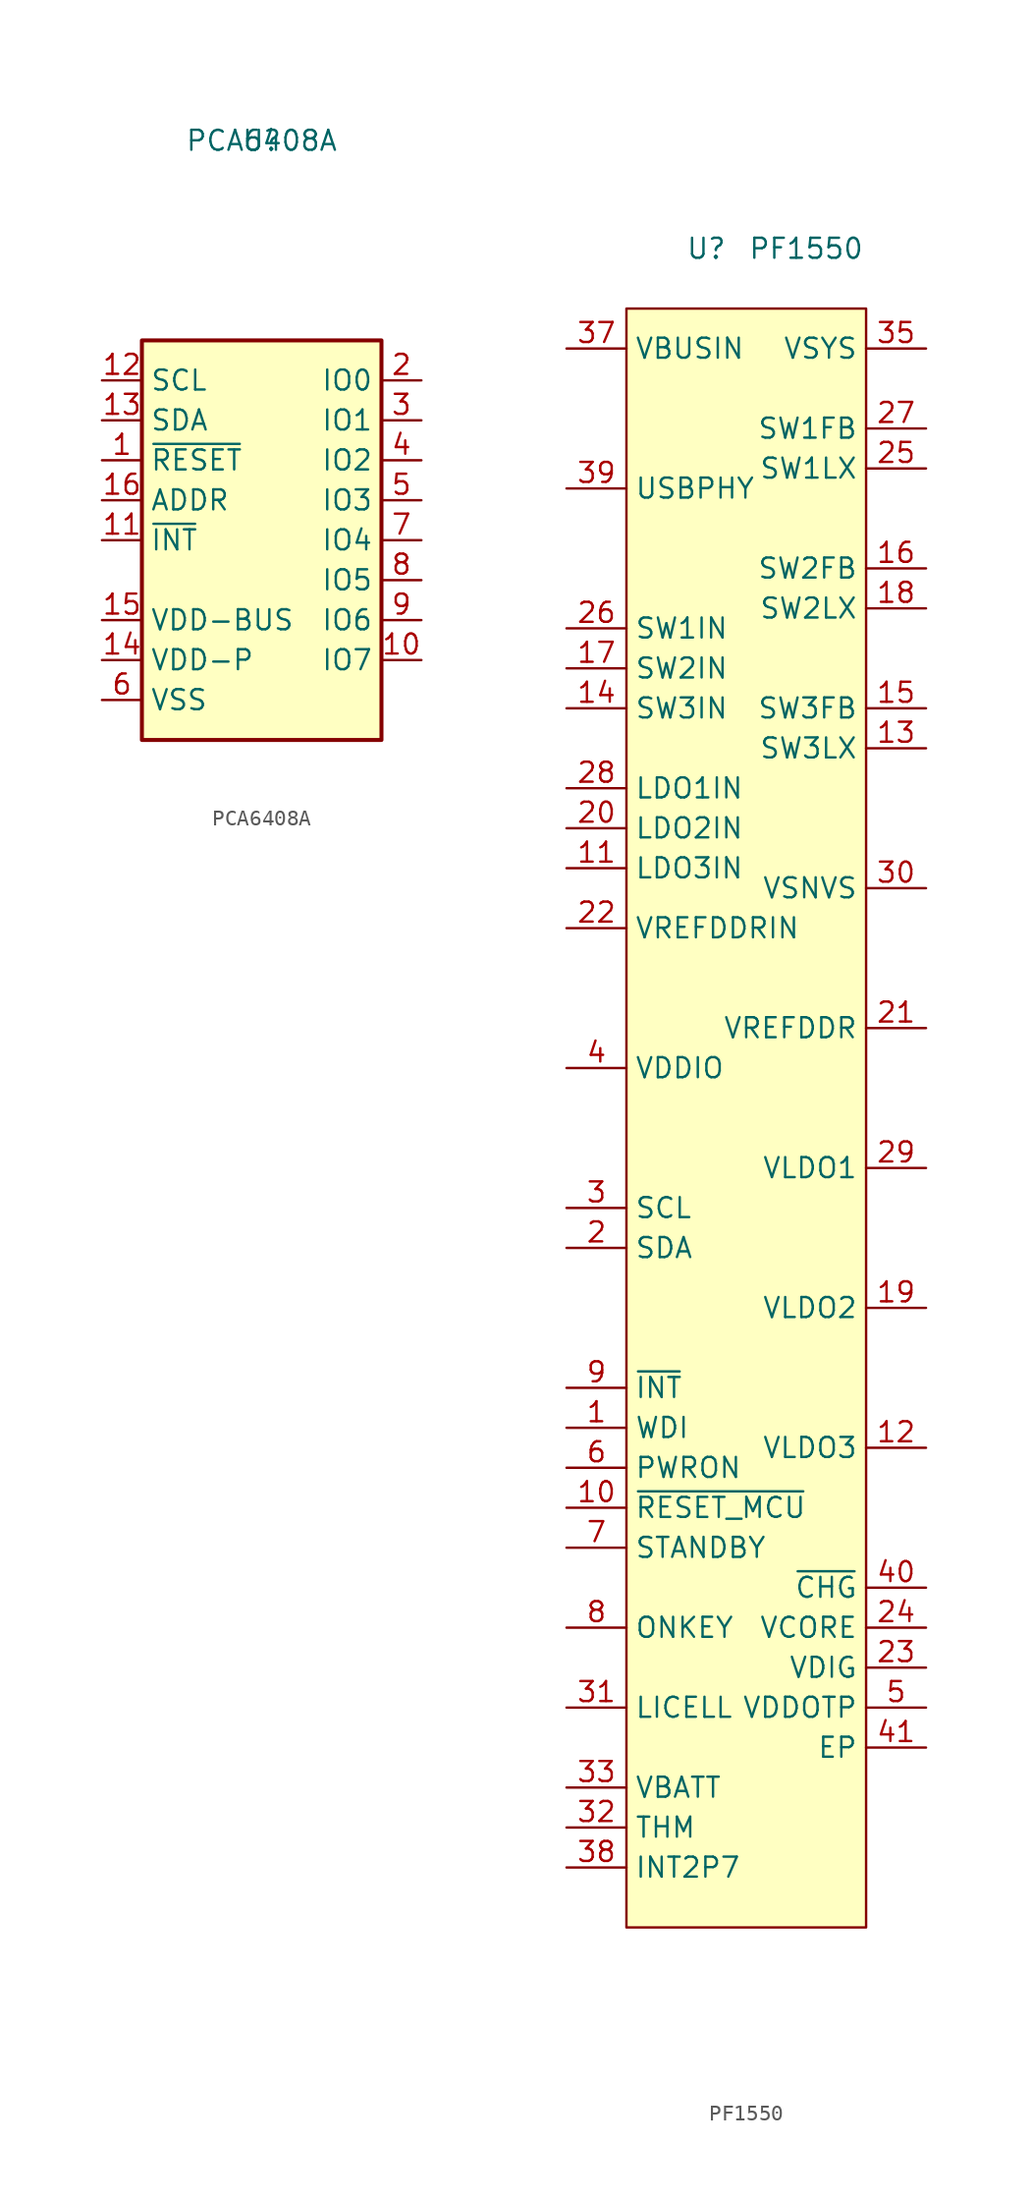
<source format=kicad_sym>
(kicad_symbol_lib
  (version 20220914)
  (generator kicad_symbol_editor)
  (symbol "PCA6408A"
    (property "Reference" "U"
      (at 0 0 0)
      (effects (font (size 1.27 1.27))))
    (property "Value" "PCA6408A"
      (at 0 0 0)
      (effects (font (size 1.27 1.27))))
    (symbol "PCA6408A_0_1"
      (rectangle (start -7.62 -12.7) (end 7.62 -38.1) (stroke (width 0.254) (type default)) (fill (type background))))
    (symbol "PCA6408A_1_1"
      (pin input line (at -10.16 -20.32 0) (length 2.54) (name "~{RESET}" (effects (font (size 1.27 1.27)))) (number "1" (effects (font (size 1.27 1.27)))))
      (pin bidirectional line (at 10.16 -33.02 180) (length 2.54) (name "IO7" (effects (font (size 1.27 1.27)))) (number "10" (effects (font (size 1.27 1.27)))))
      (pin input line (at -10.16 -25.4 0) (length 2.54) (name "~{INT}" (effects (font (size 1.27 1.27)))) (number "11" (effects (font (size 1.27 1.27)))))
      (pin input line (at -10.16 -15.24 0) (length 2.54) (name "SCL" (effects (font (size 1.27 1.27)))) (number "12" (effects (font (size 1.27 1.27)))))
      (pin bidirectional line (at -10.16 -17.78 0) (length 2.54) (name "SDA" (effects (font (size 1.27 1.27)))) (number "13" (effects (font (size 1.27 1.27)))))
      (pin power_in line (at -10.16 -33.02 0) (length 2.54) (name "VDD-P" (effects (font (size 1.27 1.27)))) (number "14" (effects (font (size 1.27 1.27)))))
      (pin power_in line (at -10.16 -30.48 0) (length 2.54) (name "VDD-BUS" (effects (font (size 1.27 1.27)))) (number "15" (effects (font (size 1.27 1.27)))))
      (pin input line (at -10.16 -22.86 0) (length 2.54) (name "ADDR" (effects (font (size 1.27 1.27)))) (number "16" (effects (font (size 1.27 1.27)))))
      (pin bidirectional line (at 10.16 -15.24 180) (length 2.54) (name "IO0" (effects (font (size 1.27 1.27)))) (number "2" (effects (font (size 1.27 1.27)))))
      (pin bidirectional line (at 10.16 -17.78 180) (length 2.54) (name "IO1" (effects (font (size 1.27 1.27)))) (number "3" (effects (font (size 1.27 1.27)))))
      (pin bidirectional line (at 10.16 -20.32 180) (length 2.54) (name "IO2" (effects (font (size 1.27 1.27)))) (number "4" (effects (font (size 1.27 1.27)))))
      (pin bidirectional line (at 10.16 -22.86 180) (length 2.54) (name "IO3" (effects (font (size 1.27 1.27)))) (number "5" (effects (font (size 1.27 1.27)))))
      (pin power_in line (at -10.16 -35.56 0) (length 2.54) (name "VSS" (effects (font (size 1.27 1.27)))) (number "6" (effects (font (size 1.27 1.27)))))
      (pin bidirectional line (at 10.16 -25.4 180) (length 2.54) (name "IO4" (effects (font (size 1.27 1.27)))) (number "7" (effects (font (size 1.27 1.27)))))
      (pin bidirectional line (at 10.16 -27.94 180) (length 2.54) (name "IO5" (effects (font (size 1.27 1.27)))) (number "8" (effects (font (size 1.27 1.27)))))
      (pin bidirectional line (at 10.16 -30.48 180) (length 2.54) (name "IO6" (effects (font (size 1.27 1.27)))) (number "9" (effects (font (size 1.27 1.27)))))))
  (symbol "PF1550"
    (property "Reference" "U"
      (at -2.54 3.81 0)
      (effects (font (size 1.27 1.27))))
    (property "Value" "PF1550"
      (at 3.81 3.81 0)
      (effects (font (size 1.27 1.27))))
    (symbol "PF1550_0_1"
      (rectangle (start -7.62 0) (end 7.62 -102.87) (stroke (width 0.152) (type default)) (fill (type background))))
    (symbol "PF1550_1_1"
      (pin passive line (at -11.43 -71.12 0) (length 3.81) (name "WDI" (effects (font (size 1.27 1.27)))) (number "1" (effects (font (size 1.27 1.27)))))
      (pin passive line (at -11.43 -76.2 0) (length 3.81) (name "~{RESET_MCU}" (effects (font (size 1.27 1.27)))) (number "10" (effects (font (size 1.27 1.27)))))
      (pin passive line (at -11.43 -35.56 0) (length 3.81) (name "LDO3IN" (effects (font (size 1.27 1.27)))) (number "11" (effects (font (size 1.27 1.27)))))
      (pin passive line (at 11.43 -72.39 180) (length 3.81) (name "VLDO3" (effects (font (size 1.27 1.27)))) (number "12" (effects (font (size 1.27 1.27)))))
      (pin passive line (at 11.43 -27.94 180) (length 3.81) (name "SW3LX" (effects (font (size 1.27 1.27)))) (number "13" (effects (font (size 1.27 1.27)))))
      (pin passive line (at -11.43 -25.4 0) (length 3.81) (name "SW3IN" (effects (font (size 1.27 1.27)))) (number "14" (effects (font (size 1.27 1.27)))))
      (pin passive line (at 11.43 -25.4 180) (length 3.81) (name "SW3FB" (effects (font (size 1.27 1.27)))) (number "15" (effects (font (size 1.27 1.27)))))
      (pin passive line (at 11.43 -16.51 180) (length 3.81) (name "SW2FB" (effects (font (size 1.27 1.27)))) (number "16" (effects (font (size 1.27 1.27)))))
      (pin passive line (at -11.43 -22.86 0) (length 3.81) (name "SW2IN" (effects (font (size 1.27 1.27)))) (number "17" (effects (font (size 1.27 1.27)))))
      (pin passive line (at 11.43 -19.05 180) (length 3.81) (name "SW2LX" (effects (font (size 1.27 1.27)))) (number "18" (effects (font (size 1.27 1.27)))))
      (pin passive line (at 11.43 -63.5 180) (length 3.81) (name "VLDO2" (effects (font (size 1.27 1.27)))) (number "19" (effects (font (size 1.27 1.27)))))
      (pin passive line (at -11.43 -59.69 0) (length 3.81) (name "SDA" (effects (font (size 1.27 1.27)))) (number "2" (effects (font (size 1.27 1.27)))))
      (pin passive line (at -11.43 -33.02 0) (length 3.81) (name "LDO2IN" (effects (font (size 1.27 1.27)))) (number "20" (effects (font (size 1.27 1.27)))))
      (pin passive line (at 11.43 -45.72 180) (length 3.81) (name "VREFDDR" (effects (font (size 1.27 1.27)))) (number "21" (effects (font (size 1.27 1.27)))))
      (pin passive line (at -11.43 -39.37 0) (length 3.81) (name "VREFDDRIN" (effects (font (size 1.27 1.27)))) (number "22" (effects (font (size 1.27 1.27)))))
      (pin passive line (at 11.43 -86.36 180) (length 3.81) (name "VDIG" (effects (font (size 1.27 1.27)))) (number "23" (effects (font (size 1.27 1.27)))))
      (pin passive line (at 11.43 -83.82 180) (length 3.81) (name "VCORE" (effects (font (size 1.27 1.27)))) (number "24" (effects (font (size 1.27 1.27)))))
      (pin passive line (at 11.43 -10.16 180) (length 3.81) (name "SW1LX" (effects (font (size 1.27 1.27)))) (number "25" (effects (font (size 1.27 1.27)))))
      (pin passive line (at -11.43 -20.32 0) (length 3.81) (name "SW1IN" (effects (font (size 1.27 1.27)))) (number "26" (effects (font (size 1.27 1.27)))))
      (pin passive line (at 11.43 -7.62 180) (length 3.81) (name "SW1FB" (effects (font (size 1.27 1.27)))) (number "27" (effects (font (size 1.27 1.27)))))
      (pin passive line (at -11.43 -30.48 0) (length 3.81) (name "LDO1IN" (effects (font (size 1.27 1.27)))) (number "28" (effects (font (size 1.27 1.27)))))
      (pin passive line (at 11.43 -54.61 180) (length 3.81) (name "VLDO1" (effects (font (size 1.27 1.27)))) (number "29" (effects (font (size 1.27 1.27)))))
      (pin passive line (at -11.43 -57.15 0) (length 3.81) (name "SCL" (effects (font (size 1.27 1.27)))) (number "3" (effects (font (size 1.27 1.27)))))
      (pin passive line (at 11.43 -36.83 180) (length 3.81) (name "VSNVS" (effects (font (size 1.27 1.27)))) (number "30" (effects (font (size 1.27 1.27)))))
      (pin passive line (at -11.43 -88.9 0) (length 3.81) (name "LICELL" (effects (font (size 1.27 1.27)))) (number "31" (effects (font (size 1.27 1.27)))))
      (pin passive line (at -11.43 -96.52 0) (length 3.81) (name "THM" (effects (font (size 1.27 1.27)))) (number "32" (effects (font (size 1.27 1.27)))))
      (pin passive line (at -11.43 -93.98 0) (length 3.81) (name "VBATT" (effects (font (size 1.27 1.27)))) (number "33" (effects (font (size 1.27 1.27)))))
      (pin passive line (at -11.43 -93.98 0) (length 3.81) hide (name "VBATT" (effects (font (size 1.27 1.27)))) (number "34" (effects (font (size 1.27 1.27)))))
      (pin passive line (at 11.43 -2.54 180) (length 3.81) (name "VSYS" (effects (font (size 1.27 1.27)))) (number "35" (effects (font (size 1.27 1.27)))))
      (pin passive line (at 11.43 -2.54 180) (length 3.81) hide (name "VSYS" (effects (font (size 1.27 1.27)))) (number "36" (effects (font (size 1.27 1.27)))))
      (pin passive line (at -11.43 -2.54 0) (length 3.81) (name "VBUSIN" (effects (font (size 1.27 1.27)))) (number "37" (effects (font (size 1.27 1.27)))))
      (pin passive line (at -11.43 -99.06 0) (length 3.81) (name "INT2P7" (effects (font (size 1.27 1.27)))) (number "38" (effects (font (size 1.27 1.27)))))
      (pin passive line (at -11.43 -11.43 0) (length 3.81) (name "USBPHY" (effects (font (size 1.27 1.27)))) (number "39" (effects (font (size 1.27 1.27)))))
      (pin passive line (at -11.43 -48.26 0) (length 3.81) (name "VDDIO" (effects (font (size 1.27 1.27)))) (number "4" (effects (font (size 1.27 1.27)))))
      (pin passive line (at 11.43 -81.28 180) (length 3.81) (name "~{CHG}" (effects (font (size 1.27 1.27)))) (number "40" (effects (font (size 1.27 1.27)))))
      (pin passive line (at 11.43 -91.44 180) (length 3.81) (name "EP" (effects (font (size 1.27 1.27)))) (number "41" (effects (font (size 1.27 1.27)))))
      (pin passive line (at 11.43 -88.9 180) (length 3.81) (name "VDDOTP" (effects (font (size 1.27 1.27)))) (number "5" (effects (font (size 1.27 1.27)))))
      (pin passive line (at -11.43 -73.66 0) (length 3.81) (name "PWRON" (effects (font (size 1.27 1.27)))) (number "6" (effects (font (size 1.27 1.27)))))
      (pin passive line (at -11.43 -78.74 0) (length 3.81) (name "STANDBY" (effects (font (size 1.27 1.27)))) (number "7" (effects (font (size 1.27 1.27)))))
      (pin passive line (at -11.43 -83.82 0) (length 3.81) (name "ONKEY" (effects (font (size 1.27 1.27)))) (number "8" (effects (font (size 1.27 1.27)))))
      (pin passive line (at -11.43 -68.58 0) (length 3.81) (name "~{INT}" (effects (font (size 1.27 1.27)))) (number "9" (effects (font (size 1.27 1.27))))))))
</source>
